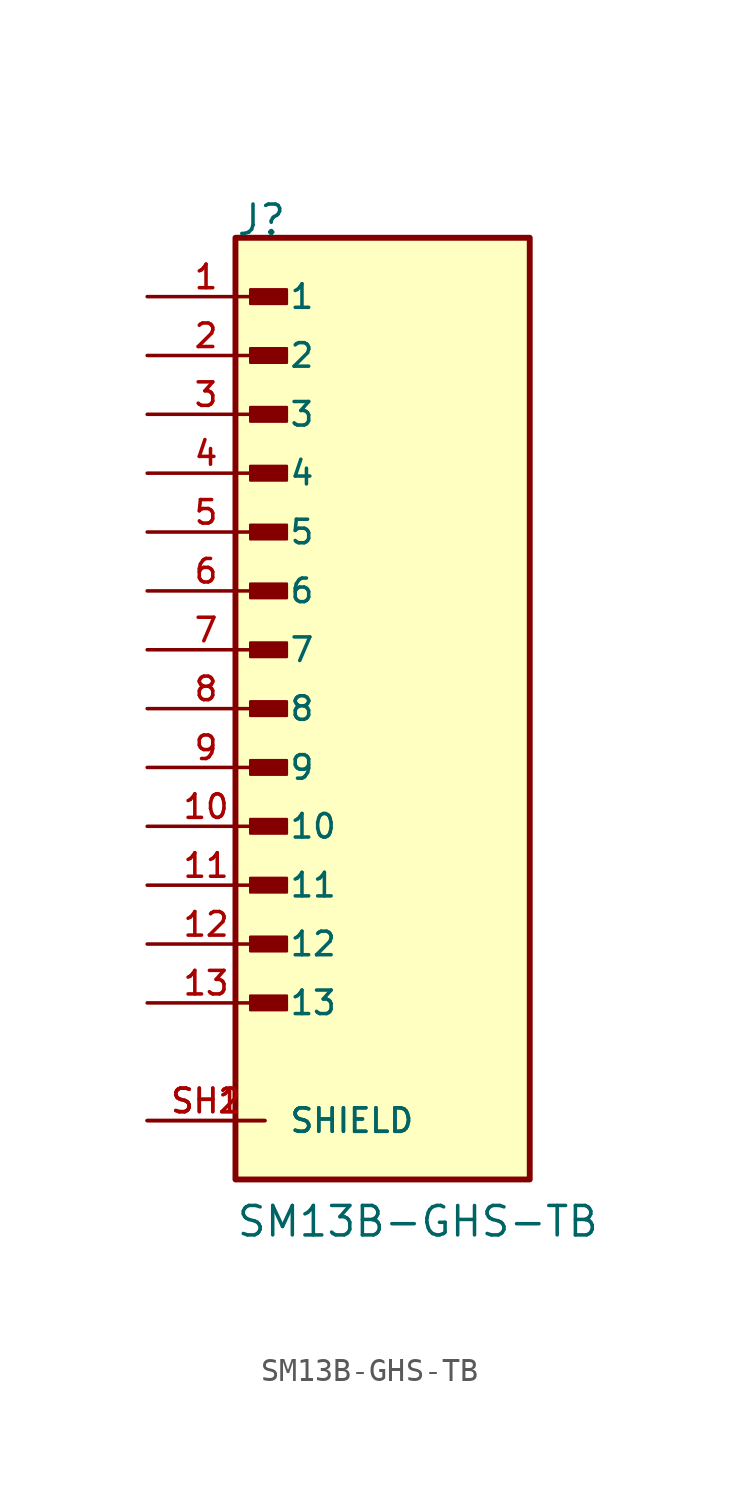
<source format=kicad_sym>
(kicad_symbol_lib
  (version 20211014)
  (generator kicad_symbol_editor)
  (symbol "SM13B-GHS-TB"
    (pin_names
      (offset 1.016))
    (property "Reference" "J"
      (at -6.358 20.343 0)
      (effects (font (size 1.27 1.27)) (justify bottom left)))
    (property "Value" "SM13B-GHS-TB"
      (at -6.354 -22.876 0)
      (effects (font (size 1.27 1.27)) (justify bottom left)))
    (symbol "SM13B-GHS-TB_0_0"
      (rectangle (start -5.715 17.462) (end -4.128 18.098) (stroke (width 0.1)) (fill (type outline)))
      (rectangle (start -5.715 14.922) (end -4.128 15.557) (stroke (width 0.1)) (fill (type outline)))
      (rectangle (start -5.715 12.383) (end -4.128 13.018) (stroke (width 0.1)) (fill (type outline)))
      (rectangle (start -5.715 9.842) (end -4.128 10.477) (stroke (width 0.1)) (fill (type outline)))
      (rectangle (start -5.715 7.303) (end -4.128 7.938) (stroke (width 0.1)) (fill (type outline)))
      (rectangle (start -5.715 4.763) (end -4.128 5.397) (stroke (width 0.1)) (fill (type outline)))
      (rectangle (start -5.715 2.223) (end -4.128 2.857) (stroke (width 0.1)) (fill (type outline)))
      (rectangle (start -5.715 -0.318) (end -4.128 0.318) (stroke (width 0.1)) (fill (type outline)))
      (rectangle (start -5.715 -2.857) (end -4.128 -2.223) (stroke (width 0.1)) (fill (type outline)))
      (rectangle (start -5.715 -5.397) (end -4.128 -4.763) (stroke (width 0.1)) (fill (type outline)))
      (rectangle (start -5.715 -7.938) (end -4.128 -7.303) (stroke (width 0.1)) (fill (type outline)))
      (rectangle (start -5.715 -10.477) (end -4.128 -9.842) (stroke (width 0.1)) (fill (type outline)))
      (rectangle (start -5.715 -13.018) (end -4.128 -12.383) (stroke (width 0.1)) (fill (type outline)))
      (rectangle (start -6.35 -20.32) (end 6.35 20.32) (stroke (width 0.254)) (fill (type background)))
      (pin passive line (at -10.16 17.78 0) (length 5.08) (name "1" (effects (font (size 1.016 1.016)))) (number "1" (effects (font (size 1.016 1.016)))))
      (pin passive line (at -10.16 15.24 0) (length 5.08) (name "2" (effects (font (size 1.016 1.016)))) (number "2" (effects (font (size 1.016 1.016)))))
      (pin passive line (at -10.16 12.7 0) (length 5.08) (name "3" (effects (font (size 1.016 1.016)))) (number "3" (effects (font (size 1.016 1.016)))))
      (pin passive line (at -10.16 10.16 0) (length 5.08) (name "4" (effects (font (size 1.016 1.016)))) (number "4" (effects (font (size 1.016 1.016)))))
      (pin passive line (at -10.16 7.62 0) (length 5.08) (name "5" (effects (font (size 1.016 1.016)))) (number "5" (effects (font (size 1.016 1.016)))))
      (pin passive line (at -10.16 5.08 0) (length 5.08) (name "6" (effects (font (size 1.016 1.016)))) (number "6" (effects (font (size 1.016 1.016)))))
      (pin passive line (at -10.16 2.54 0) (length 5.08) (name "7" (effects (font (size 1.016 1.016)))) (number "7" (effects (font (size 1.016 1.016)))))
      (pin passive line (at -10.16 0.0 0) (length 5.08) (name "8" (effects (font (size 1.016 1.016)))) (number "8" (effects (font (size 1.016 1.016)))))
      (pin passive line (at -10.16 -2.54 0) (length 5.08) (name "9" (effects (font (size 1.016 1.016)))) (number "9" (effects (font (size 1.016 1.016)))))
      (pin passive line (at -10.16 -5.08 0) (length 5.08) (name "10" (effects (font (size 1.016 1.016)))) (number "10" (effects (font (size 1.016 1.016)))))
      (pin passive line (at -10.16 -17.78 0) (length 5.08) (name "SHIELD" (effects (font (size 1.016 1.016)))) (number "SH1" (effects (font (size 1.016 1.016)))))
      (pin passive line (at -10.16 -17.78 0) (length 5.08) (name "SHIELD" (effects (font (size 1.016 1.016)))) (number "SH2" (effects (font (size 1.016 1.016)))))
      (pin passive line (at -10.16 -7.62 0) (length 5.08) (name "11" (effects (font (size 1.016 1.016)))) (number "11" (effects (font (size 1.016 1.016)))))
      (pin passive line (at -10.16 -10.16 0) (length 5.08) (name "12" (effects (font (size 1.016 1.016)))) (number "12" (effects (font (size 1.016 1.016)))))
      (pin passive line (at -10.16 -12.7 0) (length 5.08) (name "13" (effects (font (size 1.016 1.016)))) (number "13" (effects (font (size 1.016 1.016))))))))
</source>
